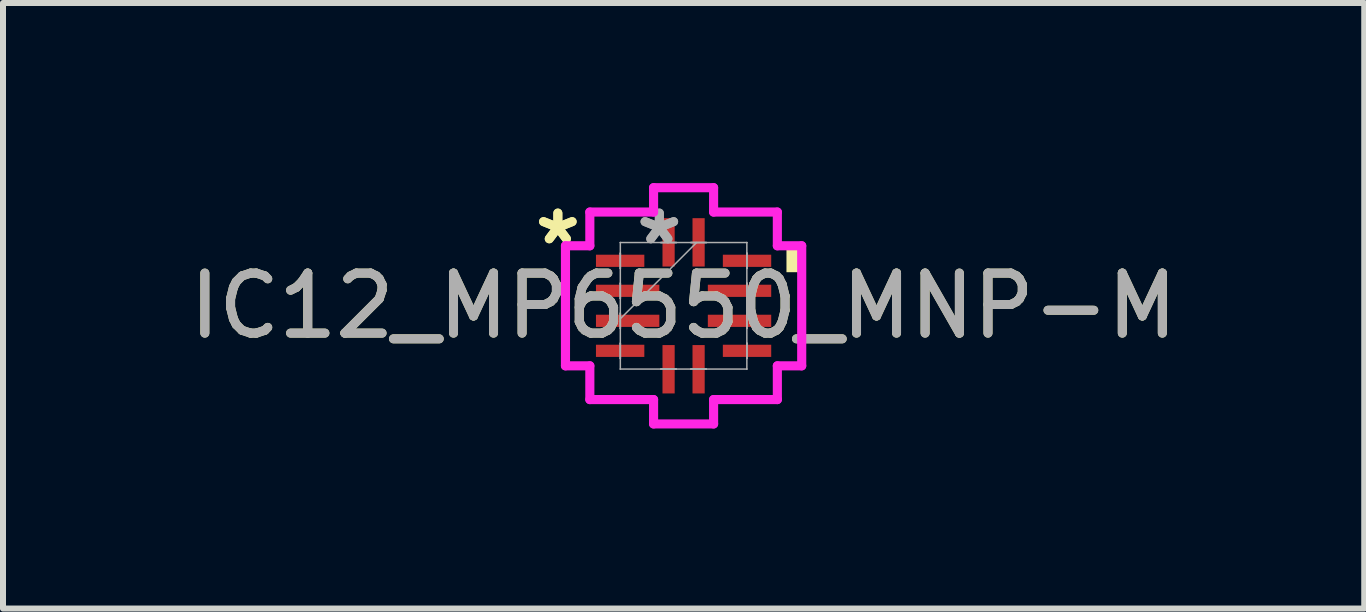
<source format=kicad_pcb>
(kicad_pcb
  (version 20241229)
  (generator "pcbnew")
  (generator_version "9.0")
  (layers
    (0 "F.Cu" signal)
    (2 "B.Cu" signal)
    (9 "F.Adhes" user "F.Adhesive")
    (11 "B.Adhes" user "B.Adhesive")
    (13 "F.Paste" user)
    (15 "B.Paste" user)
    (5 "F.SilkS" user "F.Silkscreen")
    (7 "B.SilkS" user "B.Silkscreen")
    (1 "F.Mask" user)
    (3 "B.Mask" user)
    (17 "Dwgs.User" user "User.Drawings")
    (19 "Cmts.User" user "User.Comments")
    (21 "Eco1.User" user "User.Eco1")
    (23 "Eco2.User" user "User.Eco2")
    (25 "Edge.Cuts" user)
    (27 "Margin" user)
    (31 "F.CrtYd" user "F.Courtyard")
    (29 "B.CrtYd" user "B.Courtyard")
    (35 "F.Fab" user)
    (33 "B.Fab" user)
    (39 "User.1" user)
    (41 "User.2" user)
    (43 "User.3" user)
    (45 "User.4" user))
  (footprint "IC12_MP6550_MNP-M"
    (layer "F.Cu")
    (at 8.339 2.045)
    (property "Reference" "IC12_MP6550_MNP-M" (at 0 0 0) (unlocked yes) (layer "F.SilkS") (effects (font (size 1 1) (thickness 0.15))))
    (attr smd)
    (fp_poly (pts (xy 1.968 -0.941) (xy 1.968 -0.56) (xy 1.714 -0.56) (xy 1.714 -0.941)) (stroke (width 0) (type solid)) (fill yes) (layer "F.SilkS"))
    (fp_line (start -1.968 -1) (end -1.562 -1) (stroke (width 0.152) (type solid)) (layer "F.CrtYd"))
    (fp_line (start -1.968 1) (end -1.968 -1) (stroke (width 0.152) (type solid)) (layer "F.CrtYd"))
    (fp_line (start -1.562 -1.562) (end -0.5 -1.562) (stroke (width 0.152) (type solid)) (layer "F.CrtYd"))
    (fp_line (start -1.562 -1) (end -1.562 -1.562) (stroke (width 0.152) (type solid)) (layer "F.CrtYd"))
    (fp_line (start -1.562 1) (end -1.968 1) (stroke (width 0.152) (type solid)) (layer "F.CrtYd"))
    (fp_line (start -1.562 1.562) (end -1.562 1) (stroke (width 0.152) (type solid)) (layer "F.CrtYd"))
    (fp_line (start -0.5 -1.968) (end 0.5 -1.968) (stroke (width 0.152) (type solid)) (layer "F.CrtYd"))
    (fp_line (start -0.5 -1.562) (end -0.5 -1.968) (stroke (width 0.152) (type solid)) (layer "F.CrtYd"))
    (fp_line (start -0.5 1.562) (end -1.562 1.562) (stroke (width 0.152) (type solid)) (layer "F.CrtYd"))
    (fp_line (start -0.5 1.968) (end -0.5 1.562) (stroke (width 0.152) (type solid)) (layer "F.CrtYd"))
    (fp_line (start 0.5 -1.968) (end 0.5 -1.562) (stroke (width 0.152) (type solid)) (layer "F.CrtYd"))
    (fp_line (start 0.5 -1.562) (end 1.562 -1.562) (stroke (width 0.152) (type solid)) (layer "F.CrtYd"))
    (fp_line (start 0.5 1.562) (end 0.5 1.968) (stroke (width 0.152) (type solid)) (layer "F.CrtYd"))
    (fp_line (start 0.5 1.968) (end -0.5 1.968) (stroke (width 0.152) (type solid)) (layer "F.CrtYd"))
    (fp_line (start 1.562 -1.562) (end 1.562 -1) (stroke (width 0.152) (type solid)) (layer "F.CrtYd"))
    (fp_line (start 1.562 -1) (end 1.968 -1) (stroke (width 0.152) (type solid)) (layer "F.CrtYd"))
    (fp_line (start 1.562 1) (end 1.562 1.562) (stroke (width 0.152) (type solid)) (layer "F.CrtYd"))
    (fp_line (start 1.562 1.562) (end 0.5 1.562) (stroke (width 0.152) (type solid)) (layer "F.CrtYd"))
    (fp_line (start 1.968 -1) (end 1.968 1) (stroke (width 0.152) (type solid)) (layer "F.CrtYd"))
    (fp_line (start 1.968 1) (end 1.562 1) (stroke (width 0.152) (type solid)) (layer "F.CrtYd"))
    (fp_line (start -1.054 -1.054) (end -1.054 -1.054) (stroke (width 0.025) (type solid)) (layer "F.Fab"))
    (fp_line (start -1.054 -1.054) (end -1.054 1.054) (stroke (width 0.025) (type solid)) (layer "F.Fab"))
    (fp_line (start -1.054 -0.877) (end -1.054 -0.877) (stroke (width 0.025) (type solid)) (layer "F.Fab"))
    (fp_line (start -1.054 -0.877) (end -1.054 -0.623) (stroke (width 0.025) (type solid)) (layer "F.Fab"))
    (fp_line (start -1.054 -0.623) (end -1.054 -0.877) (stroke (width 0.025) (type solid)) (layer "F.Fab"))
    (fp_line (start -1.054 -0.623) (end -1.054 -0.623) (stroke (width 0.025) (type solid)) (layer "F.Fab"))
    (fp_line (start -1.054 -0.377) (end -1.054 -0.377) (stroke (width 0.025) (type solid)) (layer "F.Fab"))
    (fp_line (start -1.054 -0.377) (end -1.054 -0.123) (stroke (width 0.025) (type solid)) (layer "F.Fab"))
    (fp_line (start -1.054 -0.123) (end -1.054 -0.377) (stroke (width 0.025) (type solid)) (layer "F.Fab"))
    (fp_line (start -1.054 -0.123) (end -1.054 -0.123) (stroke (width 0.025) (type solid)) (layer "F.Fab"))
    (fp_line (start -1.054 0.123) (end -1.054 0.123) (stroke (width 0.025) (type solid)) (layer "F.Fab"))
    (fp_line (start -1.054 0.123) (end -1.054 0.377) (stroke (width 0.025) (type solid)) (layer "F.Fab"))
    (fp_line (start -1.054 0.216) (end 0.216 -1.054) (stroke (width 0.025) (type solid)) (layer "F.Fab"))
    (fp_line (start -1.054 0.377) (end -1.054 0.123) (stroke (width 0.025) (type solid)) (layer "F.Fab"))
    (fp_line (start -1.054 0.377) (end -1.054 0.377) (stroke (width 0.025) (type solid)) (layer "F.Fab"))
    (fp_line (start -1.054 0.623) (end -1.054 0.623) (stroke (width 0.025) (type solid)) (layer "F.Fab"))
    (fp_line (start -1.054 0.623) (end -1.054 0.877) (stroke (width 0.025) (type solid)) (layer "F.Fab"))
    (fp_line (start -1.054 0.877) (end -1.054 0.623) (stroke (width 0.025) (type solid)) (layer "F.Fab"))
    (fp_line (start -1.054 0.877) (end -1.054 0.877) (stroke (width 0.025) (type solid)) (layer "F.Fab"))
    (fp_line (start -1.054 1.054) (end -1.054 1.054) (stroke (width 0.025) (type solid)) (layer "F.Fab"))
    (fp_line (start -1.054 1.054) (end 1.054 1.054) (stroke (width 0.025) (type solid)) (layer "F.Fab"))
    (fp_line (start -0.377 -1.054) (end -0.377 -1.054) (stroke (width 0.025) (type solid)) (layer "F.Fab"))
    (fp_line (start -0.377 -1.054) (end -0.123 -1.054) (stroke (width 0.025) (type solid)) (layer "F.Fab"))
    (fp_line (start -0.377 1.054) (end -0.377 1.054) (stroke (width 0.025) (type solid)) (layer "F.Fab"))
    (fp_line (start -0.377 1.054) (end -0.123 1.054) (stroke (width 0.025) (type solid)) (layer "F.Fab"))
    (fp_line (start -0.123 -1.054) (end -0.377 -1.054) (stroke (width 0.025) (type solid)) (layer "F.Fab"))
    (fp_line (start -0.123 -1.054) (end -0.123 -1.054) (stroke (width 0.025) (type solid)) (layer "F.Fab"))
    (fp_line (start -0.123 1.054) (end -0.377 1.054) (stroke (width 0.025) (type solid)) (layer "F.Fab"))
    (fp_line (start -0.123 1.054) (end -0.123 1.054) (stroke (width 0.025) (type solid)) (layer "F.Fab"))
    (fp_line (start 0.123 -1.054) (end 0.123 -1.054) (stroke (width 0.025) (type solid)) (layer "F.Fab"))
    (fp_line (start 0.123 -1.054) (end 0.377 -1.054) (stroke (width 0.025) (type solid)) (layer "F.Fab"))
    (fp_line (start 0.123 1.054) (end 0.123 1.054) (stroke (width 0.025) (type solid)) (layer "F.Fab"))
    (fp_line (start 0.123 1.054) (end 0.377 1.054) (stroke (width 0.025) (type solid)) (layer "F.Fab"))
    (fp_line (start 0.377 -1.054) (end 0.123 -1.054) (stroke (width 0.025) (type solid)) (layer "F.Fab"))
    (fp_line (start 0.377 -1.054) (end 0.377 -1.054) (stroke (width 0.025) (type solid)) (layer "F.Fab"))
    (fp_line (start 0.377 1.054) (end 0.123 1.054) (stroke (width 0.025) (type solid)) (layer "F.Fab"))
    (fp_line (start 0.377 1.054) (end 0.377 1.054) (stroke (width 0.025) (type solid)) (layer "F.Fab"))
    (fp_line (start 1.054 -1.054) (end -1.054 -1.054) (stroke (width 0.025) (type solid)) (layer "F.Fab"))
    (fp_line (start 1.054 -1.054) (end 1.054 -1.054) (stroke (width 0.025) (type solid)) (layer "F.Fab"))
    (fp_line (start 1.054 -0.877) (end 1.054 -0.877) (stroke (width 0.025) (type solid)) (layer "F.Fab"))
    (fp_line (start 1.054 -0.877) (end 1.054 -0.623) (stroke (width 0.025) (type solid)) (layer "F.Fab"))
    (fp_line (start 1.054 -0.623) (end 1.054 -0.877) (stroke (width 0.025) (type solid)) (layer "F.Fab"))
    (fp_line (start 1.054 -0.623) (end 1.054 -0.623) (stroke (width 0.025) (type solid)) (layer "F.Fab"))
    (fp_line (start 1.054 -0.377) (end 1.054 -0.377) (stroke (width 0.025) (type solid)) (layer "F.Fab"))
    (fp_line (start 1.054 -0.377) (end 1.054 -0.123) (stroke (width 0.025) (type solid)) (layer "F.Fab"))
    (fp_line (start 1.054 -0.123) (end 1.054 -0.377) (stroke (width 0.025) (type solid)) (layer "F.Fab"))
    (fp_line (start 1.054 -0.123) (end 1.054 -0.123) (stroke (width 0.025) (type solid)) (layer "F.Fab"))
    (fp_line (start 1.054 0.123) (end 1.054 0.123) (stroke (width 0.025) (type solid)) (layer "F.Fab"))
    (fp_line (start 1.054 0.123) (end 1.054 0.377) (stroke (width 0.025) (type solid)) (layer "F.Fab"))
    (fp_line (start 1.054 0.377) (end 1.054 0.123) (stroke (width 0.025) (type solid)) (layer "F.Fab"))
    (fp_line (start 1.054 0.377) (end 1.054 0.377) (stroke (width 0.025) (type solid)) (layer "F.Fab"))
    (fp_line (start 1.054 0.623) (end 1.054 0.623) (stroke (width 0.025) (type solid)) (layer "F.Fab"))
    (fp_line (start 1.054 0.623) (end 1.054 0.877) (stroke (width 0.025) (type solid)) (layer "F.Fab"))
    (fp_line (start 1.054 0.877) (end 1.054 0.623) (stroke (width 0.025) (type solid)) (layer "F.Fab"))
    (fp_line (start 1.054 0.877) (end 1.054 0.877) (stroke (width 0.025) (type solid)) (layer "F.Fab"))
    (fp_line (start 1.054 1.054) (end 1.054 -1.054) (stroke (width 0.025) (type solid)) (layer "F.Fab"))
    (fp_line (start 1.054 1.054) (end 1.054 1.054) (stroke (width 0.025) (type solid)) (layer "F.Fab"))
    (fp_text user "*" (at -2.095 -1 0) (layer "F.SilkS") (effects (font (size 1 1) (thickness 0.15))))
    (fp_text user "*" (at -2.095 -1 0) (unlocked yes) (layer "F.SilkS") (effects (font (size 1 1) (thickness 0.15))))
    (fp_text user "*" (at -0.404 -1 0) (unlocked yes) (layer "F.Fab") (effects (font (size 1 1) (thickness 0.15))))
    (fp_text user "${REFERENCE}" (at 0 0 0) (unlocked yes) (layer "F.Fab") (effects (font (size 1 1) (thickness 0.15))))
    (fp_text user "*" (at -0.404 -1 0) (layer "F.Fab") (effects (font (size 1 1) (thickness 0.15))))
    (pad "1" smd rect (at -1.057 -0.75 90) (size 0.203 0.806) (layers "F.Cu" "F.Mask" "F.Paste"))
    (pad "2" smd rect (at -0.932 -0.25 90) (size 0.203 1.056) (layers "F.Cu" "F.Mask" "F.Paste"))
    (pad "3" smd rect (at -0.932 0.25 90) (size 0.203 1.056) (layers "F.Cu" "F.Mask" "F.Paste"))
    (pad "4" smd rect (at -1.057 0.75 90) (size 0.203 0.806) (layers "F.Cu" "F.Mask" "F.Paste"))
    (pad "5" smd rect (at -0.25 1.057) (size 0.203 0.806) (layers "F.Cu" "F.Mask" "F.Paste"))
    (pad "6" smd rect (at 0.25 1.057) (size 0.203 0.806) (layers "F.Cu" "F.Mask" "F.Paste"))
    (pad "7" smd rect (at 1.057 0.75 90) (size 0.203 0.806) (layers "F.Cu" "F.Mask" "F.Paste"))
    (pad "8" smd rect (at 0.932 0.25 90) (size 0.203 1.056) (layers "F.Cu" "F.Mask" "F.Paste"))
    (pad "9" smd rect (at 0.932 -0.25 90) (size 0.203 1.056) (layers "F.Cu" "F.Mask" "F.Paste"))
    (pad "10" smd rect (at 1.057 -0.75 90) (size 0.203 0.806) (layers "F.Cu" "F.Mask" "F.Paste"))
    (pad "11" smd rect (at 0.25 -1.057) (size 0.203 0.806) (layers "F.Cu" "F.Mask" "F.Paste"))
    (pad "12" smd rect (at -0.25 -1.057) (size 0.203 0.806) (layers "F.Cu" "F.Mask" "F.Paste")))
  (gr_rect
    (start -3 -3)
    (end 19.679 7.089)
    (stroke (width 0.1) (type default))
    (fill no)
    (layer "Edge.Cuts")))
</source>
